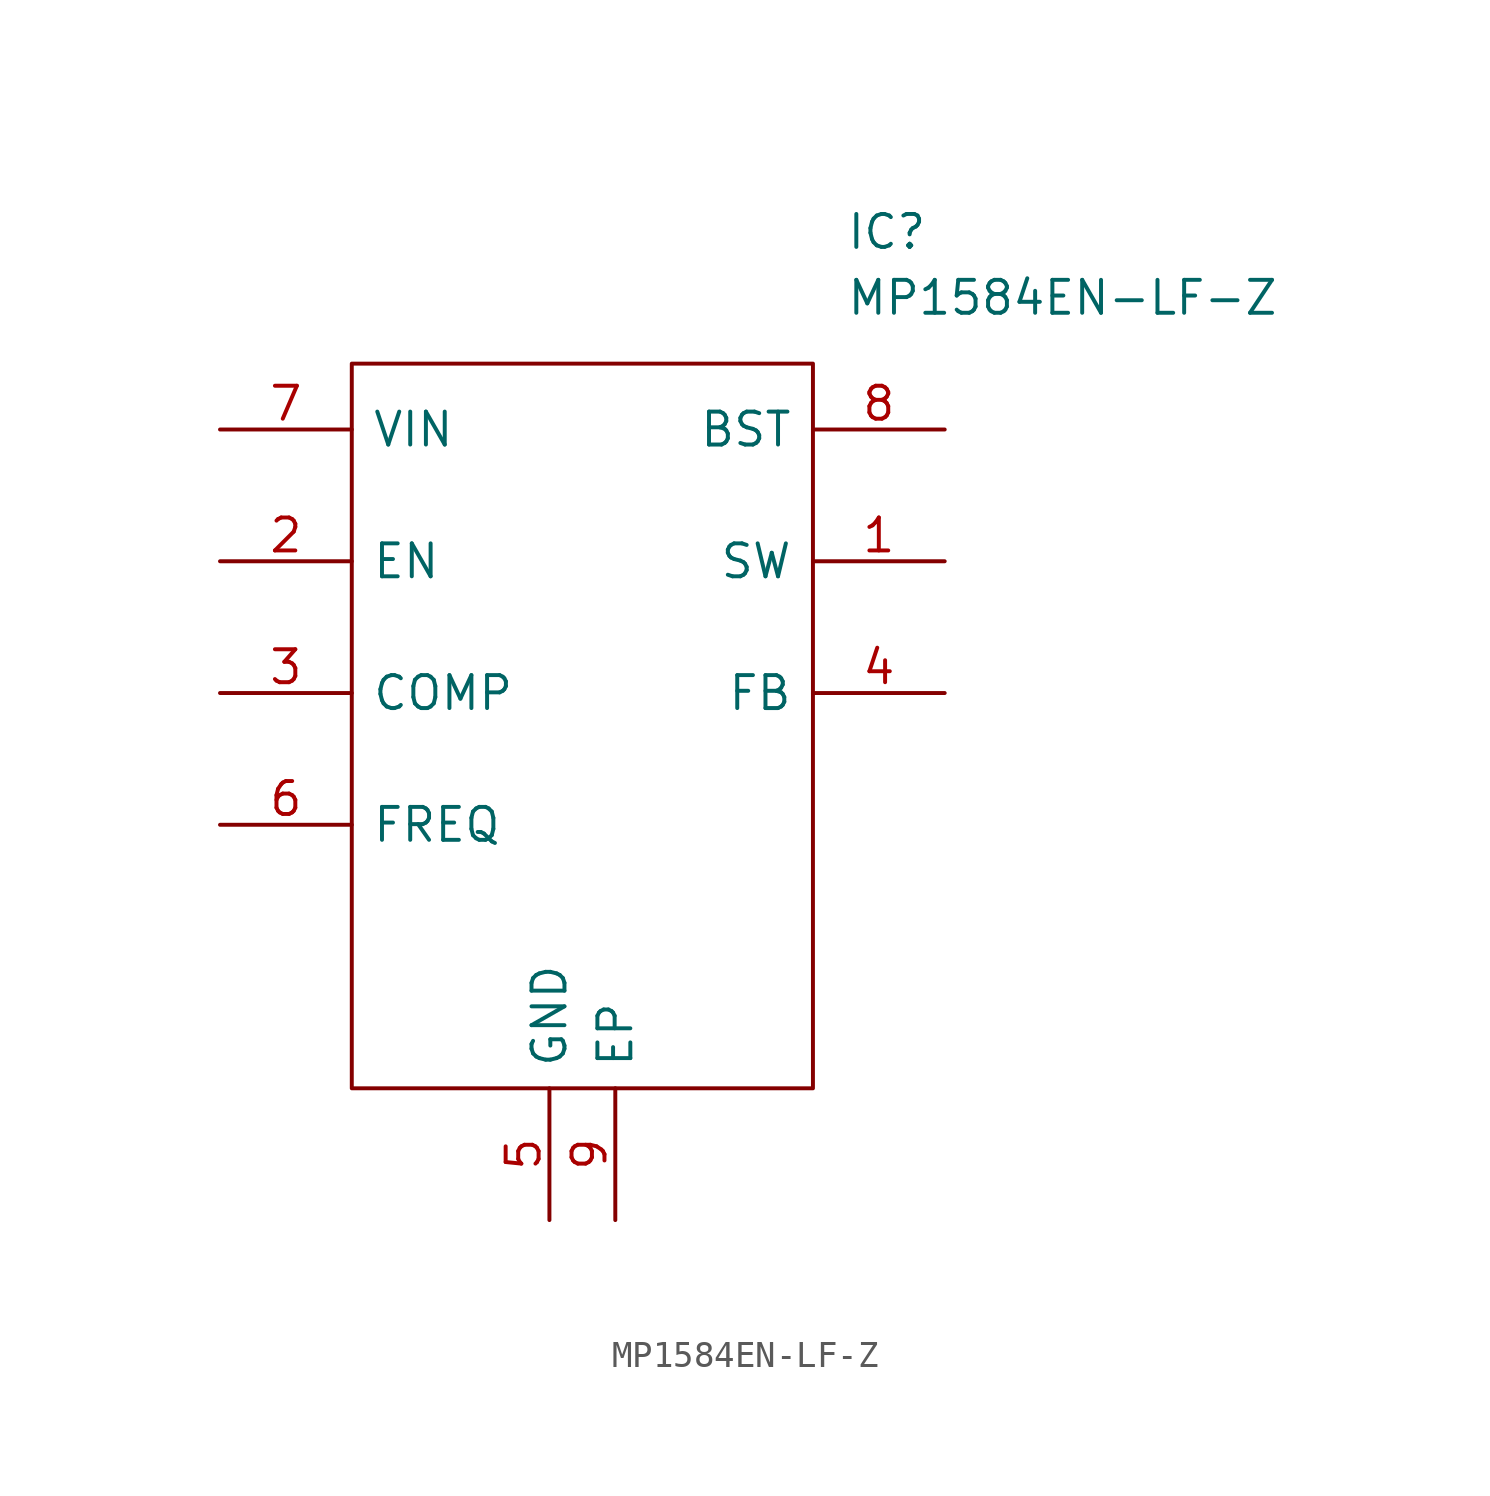
<source format=kicad_sym>
(kicad_symbol_lib
  (version 20220914)
  (generator kicad_symbol_editor)
  (symbol "MP1584EN-LF-Z"
    (pin_names
      (offset 0.762))
    (property "Reference" "IC"
      (at 24.13 7.62 0)
      (effects (font (size 1.27 1.27)) (justify left)))
    (property "Value" "MP1584EN-LF-Z"
      (at 24.13 5.08 0)
      (effects (font (size 1.27 1.27)) (justify left)))
    (symbol "MP1584EN-LF-Z_0_0"
      (pin output line (at 27.94 -5.08 180) (length 5.08) (name "SW" (effects (font (size 1.27 1.27)))) (number "1" (effects (font (size 1.27 1.27)))))
      (pin input line (at 0 -5.08 0) (length 5.08) (name "EN" (effects (font (size 1.27 1.27)))) (number "2" (effects (font (size 1.27 1.27)))))
      (pin bidirectional line (at 0 -10.16 0) (length 5.08) (name "COMP" (effects (font (size 1.27 1.27)))) (number "3" (effects (font (size 1.27 1.27)))))
      (pin input line (at 27.94 -10.16 180) (length 5.08) (name "FB" (effects (font (size 1.27 1.27)))) (number "4" (effects (font (size 1.27 1.27)))))
      (pin power_in line (at 12.7 -30.48 90) (length 5.08) (name "GND" (effects (font (size 1.27 1.27)))) (number "5" (effects (font (size 1.27 1.27)))))
      (pin input line (at 0 -15.24 0) (length 5.08) (name "FREQ" (effects (font (size 1.27 1.27)))) (number "6" (effects (font (size 1.27 1.27)))))
      (pin power_in line (at 0 0 0) (length 5.08) (name "VIN" (effects (font (size 1.27 1.27)))) (number "7" (effects (font (size 1.27 1.27)))))
      (pin input line (at 27.94 0 180) (length 5.08) (name "BST" (effects (font (size 1.27 1.27)))) (number "8" (effects (font (size 1.27 1.27)))))
      (pin input line (at 15.24 -30.48 90) (length 5.08) (name "EP" (effects (font (size 1.27 1.27)))) (number "9" (effects (font (size 1.27 1.27))))))
    (symbol "MP1584EN-LF-Z_0_1"
      (polyline (pts (xy 5.08 2.54) (xy 22.86 2.54) (xy 22.86 -25.4) (xy 5.08 -25.4) (xy 5.08 2.54)) (stroke (width 0.152) (type solid)) (fill (type none))))))
</source>
